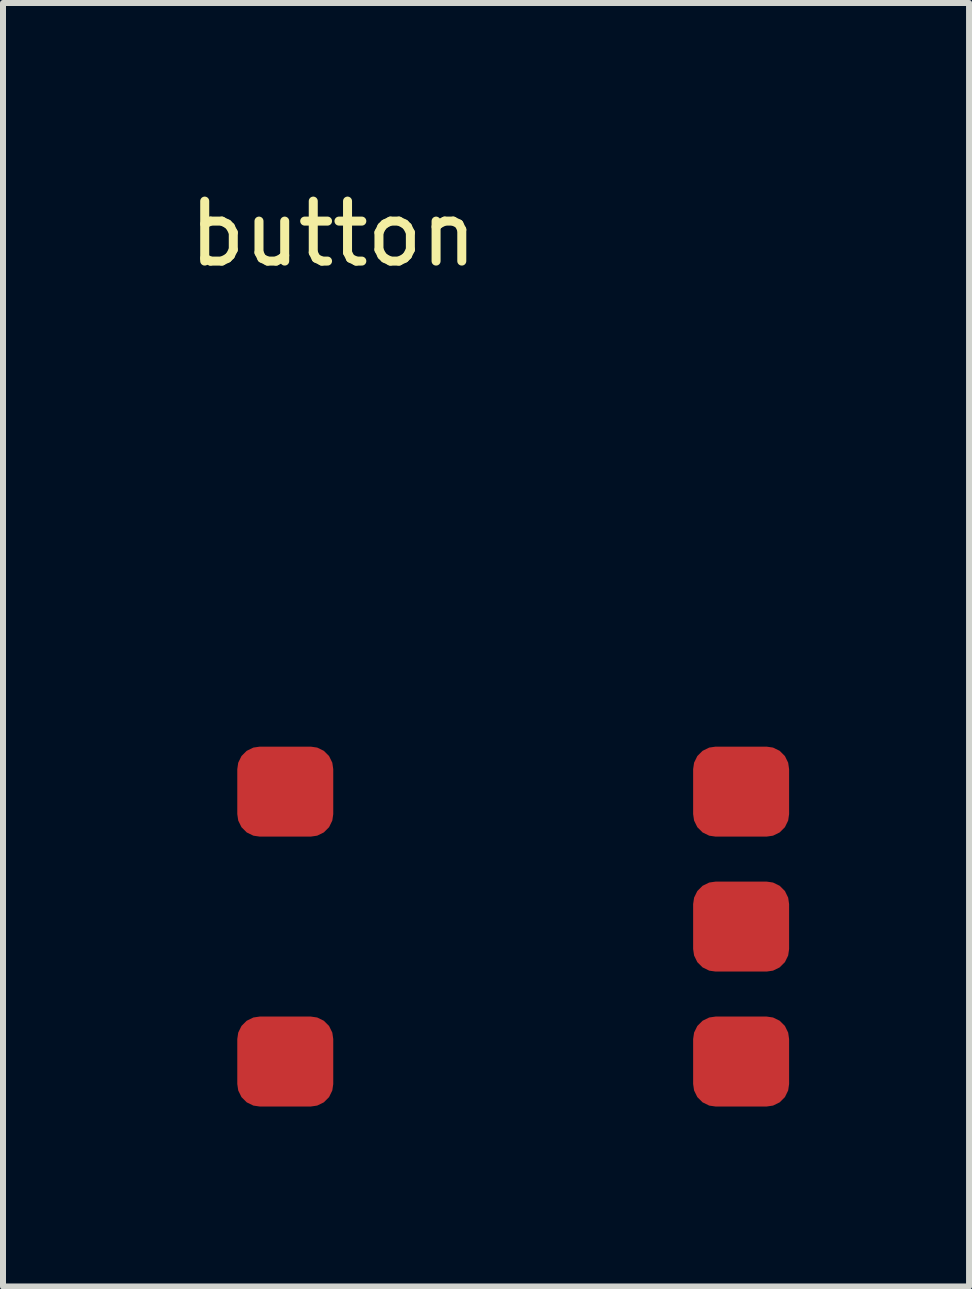
<source format=kicad_pcb>
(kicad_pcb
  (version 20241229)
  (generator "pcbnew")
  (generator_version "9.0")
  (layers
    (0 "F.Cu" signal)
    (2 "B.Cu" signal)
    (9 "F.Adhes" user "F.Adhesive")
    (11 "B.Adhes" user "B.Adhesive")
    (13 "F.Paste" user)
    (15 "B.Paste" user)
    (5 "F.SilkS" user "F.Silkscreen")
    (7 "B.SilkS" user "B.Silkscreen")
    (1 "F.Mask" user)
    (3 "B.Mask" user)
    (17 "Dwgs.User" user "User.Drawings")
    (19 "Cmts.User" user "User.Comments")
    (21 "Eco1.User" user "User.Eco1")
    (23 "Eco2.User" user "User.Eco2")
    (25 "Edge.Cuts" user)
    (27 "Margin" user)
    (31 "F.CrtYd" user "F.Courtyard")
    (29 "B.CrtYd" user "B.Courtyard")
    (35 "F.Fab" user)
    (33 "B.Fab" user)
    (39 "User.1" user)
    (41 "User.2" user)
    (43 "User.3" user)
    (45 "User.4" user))
  (footprint "button"
    (layer "F.Cu")
    (at 2.506 10.148)
    (property "Reference" "button" (at 0 -9.3 0) (unlocked yes) (layer "F.SilkS") (effects (font (size 1 1) (thickness 0.15))))
    (attr smd)
    (pad "1" smd roundrect (at -0.8 0) (size 1.6 1.5) (layers "F.Cu" "F.Mask" "F.Paste") (roundrect_rratio 0.25))
    (pad "2" smd roundrect (at 6.8 0) (size 1.6 1.5) (layers "F.Cu" "F.Mask" "F.Paste") (roundrect_rratio 0.25))
    (pad "3" smd roundrect (at -0.8 4.5) (size 1.6 1.5) (layers "F.Cu" "F.Mask" "F.Paste") (roundrect_rratio 0.25))
    (pad "4" smd roundrect (at 6.8 4.5) (size 1.6 1.5) (layers "F.Cu" "F.Mask" "F.Paste") (roundrect_rratio 0.25))
    (pad "5" smd roundrect (at 6.8 2.25) (size 1.6 1.5) (layers "F.Cu" "F.Mask" "F.Paste") (roundrect_rratio 0.25)))
  (gr_rect
    (start -3 -3)
    (end 13.106 18.398)
    (stroke (width 0.1) (type default))
    (fill no)
    (layer "Edge.Cuts")))
</source>
